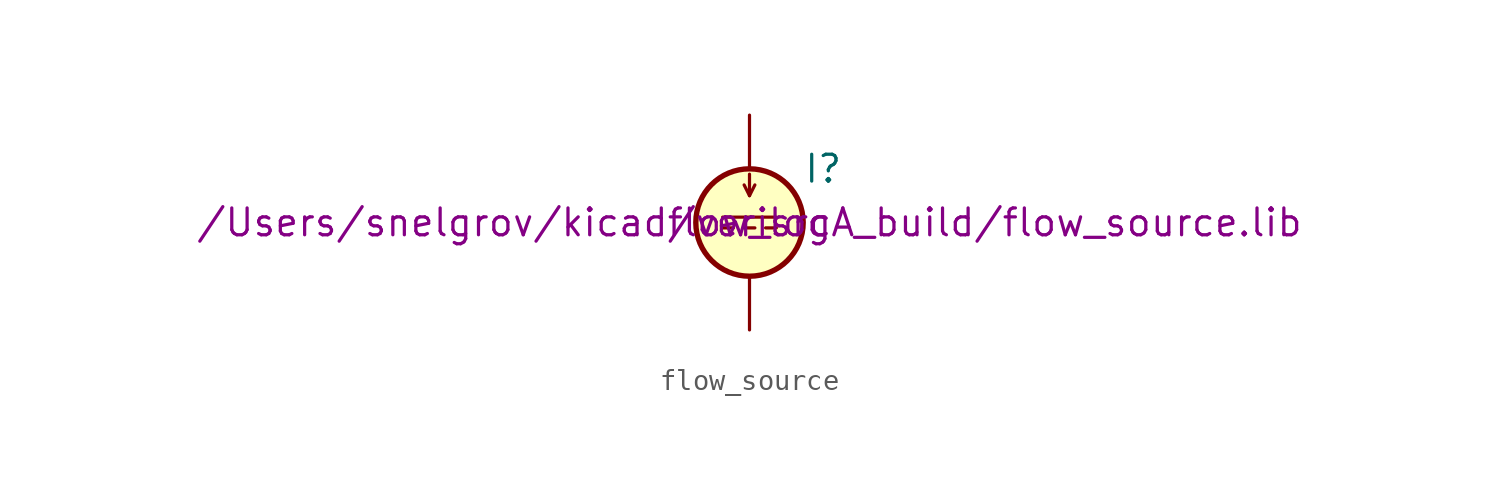
<source format=kicad_sym>
(kicad_symbol_lib
  (version 20231120)
  (generator "kicad_symbol_editor")
  (generator_version "8.0")
  (symbol "flow_source"
    (pin_numbers hide)
    (pin_names
      (offset 0.025))
    (property "Reference" "I"
      (at 2.54 2.54 0)
      (effects (font (size 1.27 1.27)) (justify left)))
    (property "Value" "${SIM.PARAMS}"
      (at 2.54 0 0)
      (effects (font (size 1.27 1.27)) (justify left)))
    (property "Sim.Library" "/Users/snelgrov/kicad/verilogA_build/flow_source.lib"
      (at 0 0 0)
      (effects (font (size 1.27 1.27))))
    (property "Sim.Name" "flow_src"
      (at 0 0 0)
      (effects (font (size 1.27 1.27))))
    (symbol "flow_source_0_0"
      (polyline (pts (xy -1.27 0.254) (xy 1.27 0.254)) (stroke (width 0) (type default)) (fill (type none)))
      (polyline (pts (xy -0.762 -0.254) (xy -1.27 -0.254)) (stroke (width 0) (type default)) (fill (type none)))
      (polyline (pts (xy 0.254 -0.254) (xy -0.254 -0.254)) (stroke (width 0) (type default)) (fill (type none)))
      (polyline (pts (xy 1.27 -0.254) (xy 0.762 -0.254)) (stroke (width 0) (type default)) (fill (type none))))
    (symbol "flow_source_0_1"
      (polyline (pts (xy 0 1.27) (xy 0 2.286)) (stroke (width 0) (type default)) (fill (type none)))
      (polyline (pts (xy -0.254 1.778) (xy 0 1.27) (xy 0.254 1.778)) (stroke (width 0) (type default)) (fill (type none)))
      (circle (center 0 0) (radius 2.54) (stroke (width 0.254) (type default)) (fill (type background))))
    (symbol "flow_source_1_1"
      (pin passive line (at 0 5.08 270) (length 2.54) (name "~" (effects (font (size 1.27 1.27)))) (number "1" (effects (font (size 1.27 1.27)))))
      (pin passive line (at 0 -5.08 90) (length 2.54) (name "~" (effects (font (size 1.27 1.27)))) (number "2" (effects (font (size 1.27 1.27))))))))
</source>
